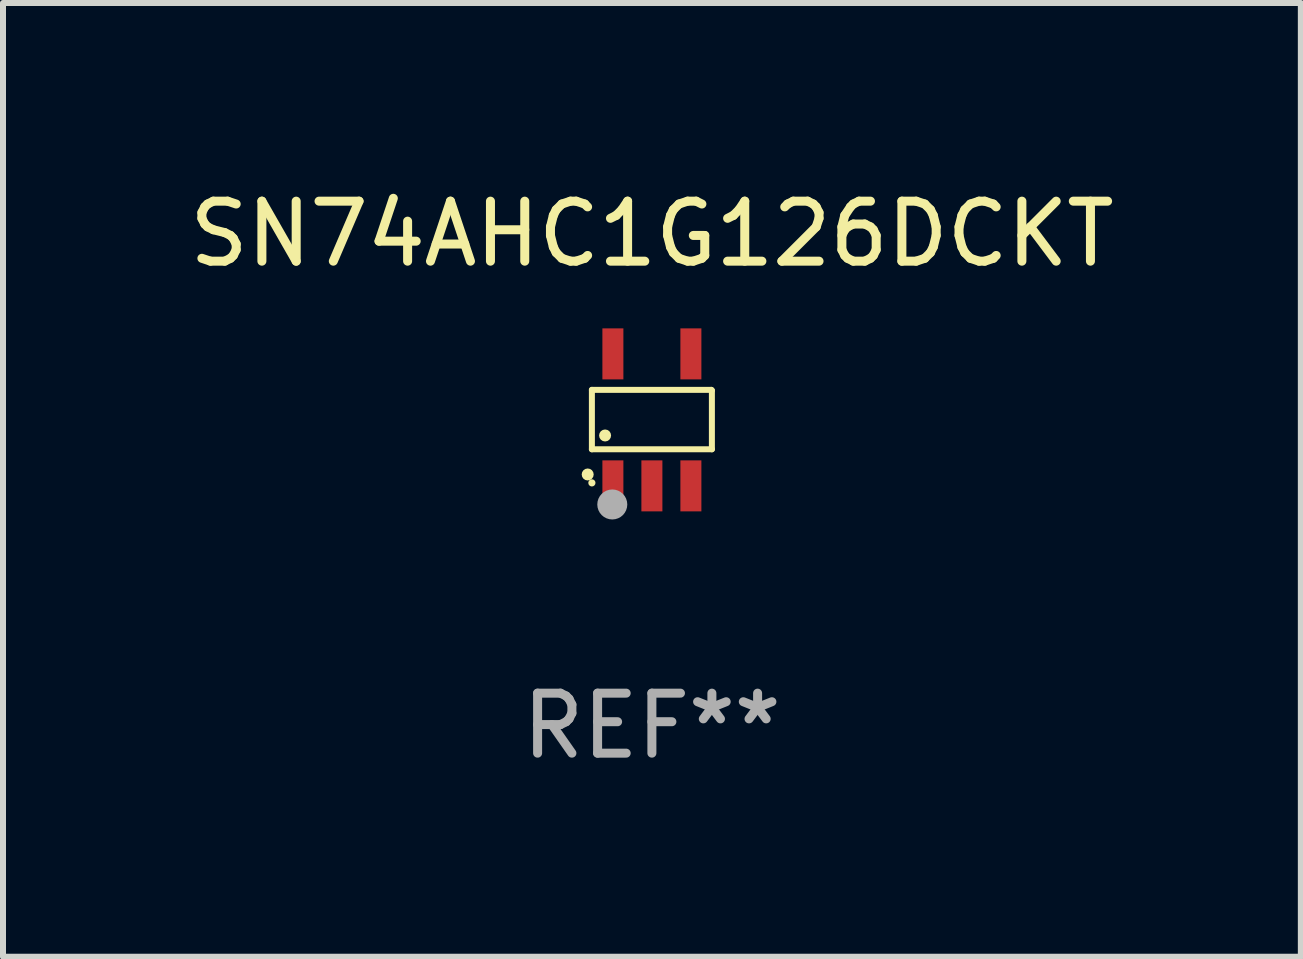
<source format=kicad_pcb>
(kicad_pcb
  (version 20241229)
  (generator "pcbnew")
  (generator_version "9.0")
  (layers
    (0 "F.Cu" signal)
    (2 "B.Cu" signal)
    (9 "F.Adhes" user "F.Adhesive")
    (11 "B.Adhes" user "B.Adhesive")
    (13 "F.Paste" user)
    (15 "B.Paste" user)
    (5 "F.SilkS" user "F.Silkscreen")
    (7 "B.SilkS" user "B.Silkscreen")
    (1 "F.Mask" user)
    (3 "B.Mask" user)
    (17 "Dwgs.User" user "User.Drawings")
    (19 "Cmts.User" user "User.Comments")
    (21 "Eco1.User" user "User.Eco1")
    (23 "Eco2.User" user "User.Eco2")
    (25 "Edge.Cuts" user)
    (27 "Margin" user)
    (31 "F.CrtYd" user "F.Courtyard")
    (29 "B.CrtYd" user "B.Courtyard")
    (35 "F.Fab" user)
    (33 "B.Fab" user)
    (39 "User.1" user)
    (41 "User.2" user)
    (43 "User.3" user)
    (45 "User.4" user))
  (footprint "SN74AHC1G126DCKT"
    (layer "F.Cu")
    (at 7.815 3.948)
    (property "Reference" "SN74AHC1G126DCKT" (at 0 -3.1 0) (layer "F.SilkS") (effects (font (size 1 1) (thickness 0.15))))
    (attr through_hole)
    (fp_line (start -1 -0.5) (end -1 0.49) (stroke (width 0.1) (type solid)) (layer "F.SilkS"))
    (fp_line (start -1 0.49) (end 1 0.49) (stroke (width 0.1) (type solid)) (layer "F.SilkS"))
    (fp_line (start 0.99 -0.5) (end -1 -0.5) (stroke (width 0.1) (type solid)) (layer "F.SilkS"))
    (fp_line (start 1 -0.49) (end 0.99 -0.5) (stroke (width 0.1) (type solid)) (layer "F.SilkS"))
    (fp_line (start 1 0.49) (end 1 -0.49) (stroke (width 0.1) (type solid)) (layer "F.SilkS"))
    (fp_circle (center -1.07 0.91) (end -1.02 0.91) (stroke (width 0.1) (type solid)) (fill no) (layer "F.SilkS"))
    (fp_circle (center -1 1.05) (end -0.97 1.05) (stroke (width 0.06) (type solid)) (fill no) (layer "F.SilkS"))
    (fp_circle (center -0.78 0.26) (end -0.73 0.26) (stroke (width 0.1) (type solid)) (fill no) (layer "F.SilkS"))
    (fp_circle (center -0.66 1.41) (end -0.535 1.41) (stroke (width 0.25) (type solid)) (fill no) (layer "F.Fab"))
    (fp_text user "REF**" (at 0 5.1 0) (layer "F.Fab") (effects (font (size 1 1) (thickness 0.15))))
    (pad "1" smd rect (at -0.65 1.1) (size 0.35 0.85) (layers "F.Cu" "F.Mask" "F.Paste"))
    (pad "2" smd rect (at 0.000051 1.1) (size 0.35 0.85) (layers "F.Cu" "F.Mask" "F.Paste"))
    (pad "3" smd rect (at 0.65 1.1) (size 0.35 0.85) (layers "F.Cu" "F.Mask" "F.Paste"))
    (pad "4" smd rect (at 0.65 -1.1) (size 0.35 0.85) (layers "F.Cu" "F.Mask" "F.Paste"))
    (pad "5" smd rect (at -0.65 -1.1) (size 0.35 0.85) (layers "F.Cu" "F.Mask" "F.Paste")))
  (gr_rect
    (start -3 -3)
    (end 18.631 12.896)
    (stroke (width 0.1) (type default))
    (fill no)
    (layer "Edge.Cuts")))
</source>
